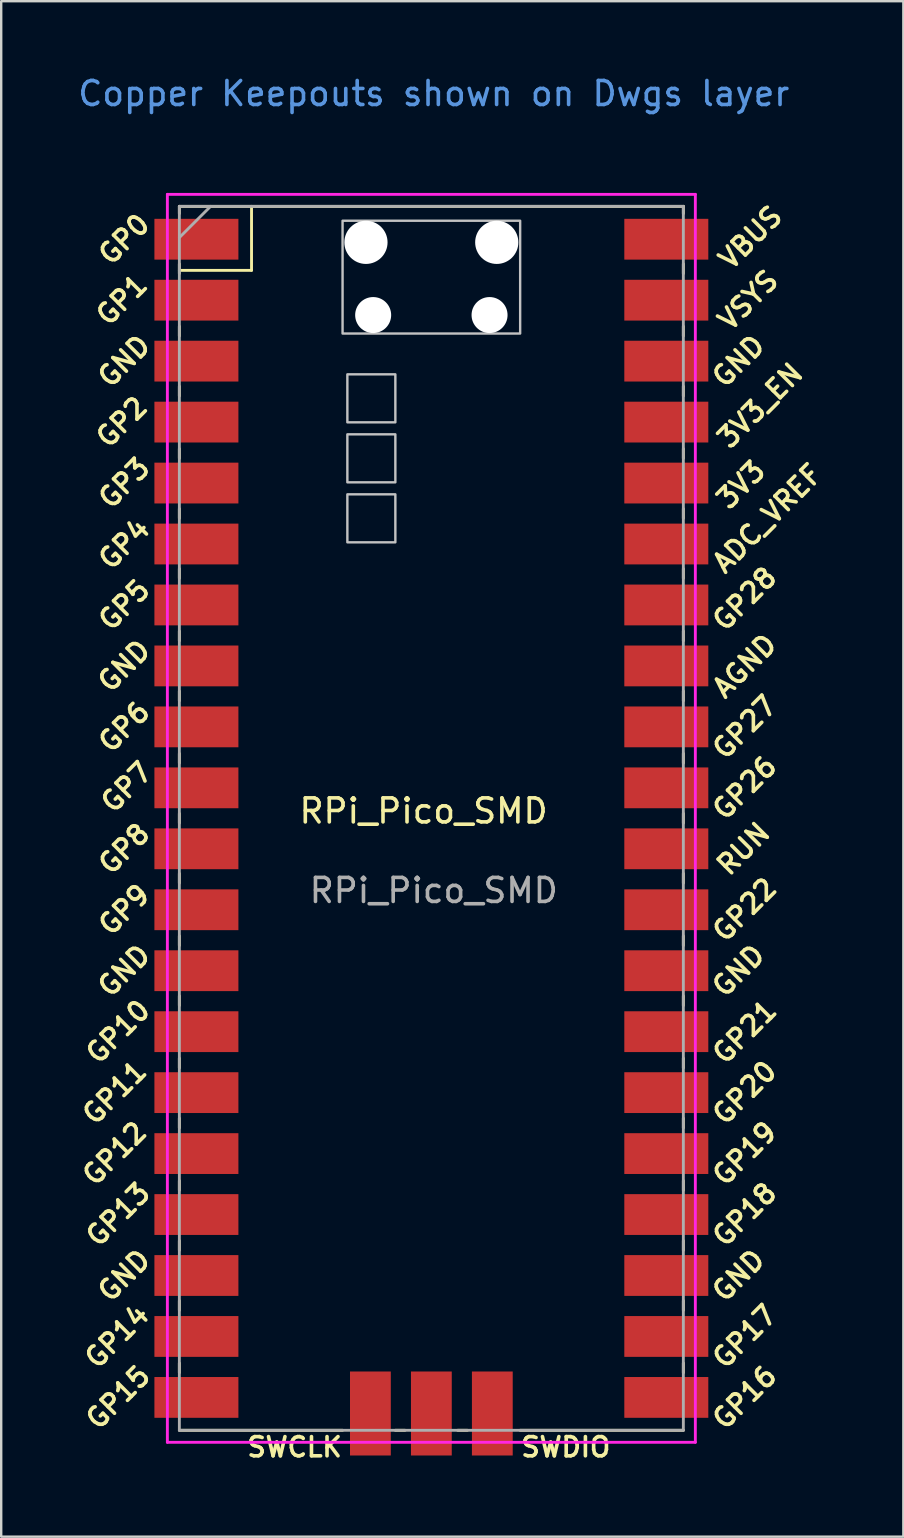
<source format=kicad_pcb>
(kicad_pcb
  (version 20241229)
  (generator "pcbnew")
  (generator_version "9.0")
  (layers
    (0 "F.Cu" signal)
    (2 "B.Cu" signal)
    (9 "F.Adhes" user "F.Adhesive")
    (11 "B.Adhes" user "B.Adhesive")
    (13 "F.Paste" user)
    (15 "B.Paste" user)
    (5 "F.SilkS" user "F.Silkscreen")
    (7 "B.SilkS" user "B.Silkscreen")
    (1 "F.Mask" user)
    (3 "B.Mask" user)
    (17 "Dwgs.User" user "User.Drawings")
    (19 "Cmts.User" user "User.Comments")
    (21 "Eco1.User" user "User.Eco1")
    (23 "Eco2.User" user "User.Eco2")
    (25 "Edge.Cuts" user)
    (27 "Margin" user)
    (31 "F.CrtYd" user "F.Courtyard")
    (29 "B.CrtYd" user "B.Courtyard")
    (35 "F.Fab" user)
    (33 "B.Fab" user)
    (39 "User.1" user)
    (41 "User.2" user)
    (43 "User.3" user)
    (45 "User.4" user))
  (footprint "RPi_Pico_SMD"
    (layer "F.Cu")
    (at 14.994 30.936)
    (property "Reference" "RPi_Pico_SMD" (at -0.394 -0.194 0) (unlocked yes) (layer "F.SilkS") (effects (font (size 1 1) (thickness 0.15))))
    (attr smd)
    (fp_line (start -10.57 -25.388) (end -10.57 -25.088) (stroke (width 0.12) (type solid)) (layer "F.SilkS"))
    (fp_line (start -10.57 -25.388) (end 10.43 -25.388) (stroke (width 0.12) (type solid)) (layer "F.SilkS"))
    (fp_line (start -10.57 -22.988) (end -10.57 -22.588) (stroke (width 0.12) (type solid)) (layer "F.SilkS"))
    (fp_line (start -10.57 -22.721) (end -7.563 -22.721) (stroke (width 0.12) (type solid)) (layer "F.SilkS"))
    (fp_line (start -10.57 -20.388) (end -10.57 -19.988) (stroke (width 0.12) (type solid)) (layer "F.SilkS"))
    (fp_line (start -10.57 -17.888) (end -10.57 -17.488) (stroke (width 0.12) (type solid)) (layer "F.SilkS"))
    (fp_line (start -10.57 -15.288) (end -10.57 -14.888) (stroke (width 0.12) (type solid)) (layer "F.SilkS"))
    (fp_line (start -10.57 -12.788) (end -10.57 -12.388) (stroke (width 0.12) (type solid)) (layer "F.SilkS"))
    (fp_line (start -10.57 -10.288) (end -10.57 -9.888) (stroke (width 0.12) (type solid)) (layer "F.SilkS"))
    (fp_line (start -10.57 -7.688) (end -10.57 -7.288) (stroke (width 0.12) (type solid)) (layer "F.SilkS"))
    (fp_line (start -10.57 -5.188) (end -10.57 -4.788) (stroke (width 0.12) (type solid)) (layer "F.SilkS"))
    (fp_line (start -10.57 -2.588) (end -10.57 -2.188) (stroke (width 0.12) (type solid)) (layer "F.SilkS"))
    (fp_line (start -10.57 -0.088) (end -10.57 0.312) (stroke (width 0.12) (type solid)) (layer "F.SilkS"))
    (fp_line (start -10.57 2.412) (end -10.57 2.812) (stroke (width 0.12) (type solid)) (layer "F.SilkS"))
    (fp_line (start -10.57 5.012) (end -10.57 5.412) (stroke (width 0.12) (type solid)) (layer "F.SilkS"))
    (fp_line (start -10.57 7.512) (end -10.57 7.912) (stroke (width 0.12) (type solid)) (layer "F.SilkS"))
    (fp_line (start -10.57 10.112) (end -10.57 10.512) (stroke (width 0.12) (type solid)) (layer "F.SilkS"))
    (fp_line (start -10.57 12.612) (end -10.57 13.012) (stroke (width 0.12) (type solid)) (layer "F.SilkS"))
    (fp_line (start -10.57 15.212) (end -10.57 15.612) (stroke (width 0.12) (type solid)) (layer "F.SilkS"))
    (fp_line (start -10.57 17.712) (end -10.57 18.112) (stroke (width 0.12) (type solid)) (layer "F.SilkS"))
    (fp_line (start -10.57 20.212) (end -10.57 20.612) (stroke (width 0.12) (type solid)) (layer "F.SilkS"))
    (fp_line (start -10.57 22.812) (end -10.57 23.212) (stroke (width 0.12) (type solid)) (layer "F.SilkS"))
    (fp_line (start -7.563 -22.721) (end -7.563 -25.388) (stroke (width 0.12) (type solid)) (layer "F.SilkS"))
    (fp_line (start -3.77 25.612) (end -10.57 25.612) (stroke (width 0.12) (type solid)) (layer "F.SilkS"))
    (fp_line (start -1.57 25.612) (end -1.17 25.612) (stroke (width 0.12) (type solid)) (layer "F.SilkS"))
    (fp_line (start 1.03 25.612) (end 1.43 25.612) (stroke (width 0.12) (type solid)) (layer "F.SilkS"))
    (fp_line (start 10.43 -25.388) (end 10.43 -25.088) (stroke (width 0.12) (type solid)) (layer "F.SilkS"))
    (fp_line (start 10.43 -22.988) (end 10.43 -22.588) (stroke (width 0.12) (type solid)) (layer "F.SilkS"))
    (fp_line (start 10.43 -20.388) (end 10.43 -19.988) (stroke (width 0.12) (type solid)) (layer "F.SilkS"))
    (fp_line (start 10.43 -17.888) (end 10.43 -17.488) (stroke (width 0.12) (type solid)) (layer "F.SilkS"))
    (fp_line (start 10.43 -15.288) (end 10.43 -14.888) (stroke (width 0.12) (type solid)) (layer "F.SilkS"))
    (fp_line (start 10.43 -12.788) (end 10.43 -12.388) (stroke (width 0.12) (type solid)) (layer "F.SilkS"))
    (fp_line (start 10.43 -10.288) (end 10.43 -9.888) (stroke (width 0.12) (type solid)) (layer "F.SilkS"))
    (fp_line (start 10.43 -7.688) (end 10.43 -7.288) (stroke (width 0.12) (type solid)) (layer "F.SilkS"))
    (fp_line (start 10.43 -5.188) (end 10.43 -4.788) (stroke (width 0.12) (type solid)) (layer "F.SilkS"))
    (fp_line (start 10.43 -2.588) (end 10.43 -2.188) (stroke (width 0.12) (type solid)) (layer "F.SilkS"))
    (fp_line (start 10.43 -0.088) (end 10.43 0.312) (stroke (width 0.12) (type solid)) (layer "F.SilkS"))
    (fp_line (start 10.43 2.412) (end 10.43 2.812) (stroke (width 0.12) (type solid)) (layer "F.SilkS"))
    (fp_line (start 10.43 5.012) (end 10.43 5.412) (stroke (width 0.12) (type solid)) (layer "F.SilkS"))
    (fp_line (start 10.43 7.512) (end 10.43 7.912) (stroke (width 0.12) (type solid)) (layer "F.SilkS"))
    (fp_line (start 10.43 10.112) (end 10.43 10.512) (stroke (width 0.12) (type solid)) (layer "F.SilkS"))
    (fp_line (start 10.43 12.612) (end 10.43 13.012) (stroke (width 0.12) (type solid)) (layer "F.SilkS"))
    (fp_line (start 10.43 15.212) (end 10.43 15.612) (stroke (width 0.12) (type solid)) (layer "F.SilkS"))
    (fp_line (start 10.43 17.712) (end 10.43 18.112) (stroke (width 0.12) (type solid)) (layer "F.SilkS"))
    (fp_line (start 10.43 20.212) (end 10.43 20.612) (stroke (width 0.12) (type solid)) (layer "F.SilkS"))
    (fp_line (start 10.43 22.812) (end 10.43 23.212) (stroke (width 0.12) (type solid)) (layer "F.SilkS"))
    (fp_line (start 10.43 25.612) (end 3.63 25.612) (stroke (width 0.12) (type solid)) (layer "F.SilkS"))
    (fp_poly (pts (xy -1.57 -16.388) (xy -3.57 -16.388) (xy -3.57 -18.388) (xy -1.57 -18.388)) (stroke (width 0.1) (type solid)) (fill no) (layer "Dwgs.User"))
    (fp_poly (pts (xy -1.57 -13.888) (xy -3.57 -13.888) (xy -3.57 -15.888) (xy -1.57 -15.888)) (stroke (width 0.1) (type solid)) (fill no) (layer "Dwgs.User"))
    (fp_poly (pts (xy -1.57 -11.388) (xy -3.57 -11.388) (xy -3.57 -13.388) (xy -1.57 -13.388)) (stroke (width 0.1) (type solid)) (fill no) (layer "Dwgs.User"))
    (fp_poly (pts (xy 3.63 -20.088) (xy -3.77 -20.088) (xy -3.77 -24.788) (xy 3.63 -24.788)) (stroke (width 0.1) (type solid)) (fill no) (layer "Dwgs.User"))
    (fp_line (start -11.07 -25.888) (end 10.93 -25.888) (stroke (width 0.12) (type solid)) (layer "F.CrtYd"))
    (fp_line (start -11.07 26.112) (end -11.07 -25.888) (stroke (width 0.12) (type solid)) (layer "F.CrtYd"))
    (fp_line (start 10.93 -25.888) (end 10.93 26.112) (stroke (width 0.12) (type solid)) (layer "F.CrtYd"))
    (fp_line (start 10.93 26.112) (end -11.07 26.112) (stroke (width 0.12) (type solid)) (layer "F.CrtYd"))
    (fp_line (start -10.57 -25.388) (end 10.43 -25.388) (stroke (width 0.12) (type solid)) (layer "F.Fab"))
    (fp_line (start -10.57 -24.088) (end -9.27 -25.388) (stroke (width 0.12) (type solid)) (layer "F.Fab"))
    (fp_line (start -10.57 25.612) (end -10.57 -25.388) (stroke (width 0.12) (type solid)) (layer "F.Fab"))
    (fp_line (start 10.43 -25.388) (end 10.43 25.612) (stroke (width 0.12) (type solid)) (layer "F.Fab"))
    (fp_line (start 10.43 25.612) (end -10.57 25.612) (stroke (width 0.12) (type solid)) (layer "F.Fab"))
    (fp_text user "GP20" (at 12.984 11.542 45) (layer "F.SilkS") (effects (font (size 0.8 0.8) (thickness 0.15))))
    (fp_text user "GND" (at 12.73 -18.938 45) (layer "F.SilkS") (effects (font (size 0.8 0.8) (thickness 0.15))))
    (fp_text user "ADC_VREF" (at 13.93 -12.388 45) (layer "F.SilkS") (effects (font (size 0.8 0.8) (thickness 0.15))))
    (fp_text user "GP8" (at -12.87 1.382 45) (layer "F.SilkS") (effects (font (size 0.8 0.8) (thickness 0.15))))
    (fp_text user "GP3" (at -12.87 -13.858 45) (layer "F.SilkS") (effects (font (size 0.8 0.8) (thickness 0.15))))
    (fp_text user "GP27" (at 12.984 -3.688 45) (layer "F.SilkS") (effects (font (size 0.8 0.8) (thickness 0.15))))
    (fp_text user "GP0" (at -12.87 -24.018 45) (layer "F.SilkS") (effects (font (size 0.8 0.8) (thickness 0.15))))
    (fp_text user "GP6" (at -12.87 -3.698 45) (layer "F.SilkS") (effects (font (size 0.8 0.8) (thickness 0.15))))
    (fp_text user "GND" (at -12.87 -18.938 45) (layer "F.SilkS") (effects (font (size 0.8 0.8) (thickness 0.15))))
    (fp_text user "AGND" (at 12.984 -6.238 45) (layer "F.SilkS") (effects (font (size 0.8 0.8) (thickness 0.15))))
    (fp_text user "3V3_EN" (at 13.63 -17.088 45) (layer "F.SilkS") (effects (font (size 0.8 0.8) (thickness 0.15))))
    (fp_text user "RUN" (at 12.93 1.382 45) (layer "F.SilkS") (effects (font (size 0.8 0.8) (thickness 0.15))))
    (fp_text user "GND" (at -12.87 6.462 45) (layer "F.SilkS") (effects (font (size 0.8 0.8) (thickness 0.15))))
    (fp_text user "VSYS" (at 13.13 -21.478 45) (layer "F.SilkS") (effects (font (size 0.8 0.8) (thickness 0.15))))
    (fp_text user "GP1" (at -12.97 -21.488 45) (layer "F.SilkS") (effects (font (size 0.8 0.8) (thickness 0.15))))
    (fp_text user "GP14" (at -13.17 21.702 45) (layer "F.SilkS") (effects (font (size 0.8 0.8) (thickness 0.15))))
    (fp_text user "GP15" (at -13.124 24.242 45) (layer "F.SilkS") (effects (font (size 0.8 0.8) (thickness 0.15))))
    (fp_text user "VBUS" (at 13.23 -24.088 45) (layer "F.SilkS") (effects (font (size 0.8 0.8) (thickness 0.15))))
    (fp_text user "GP22" (at 12.984 3.922 45) (layer "F.SilkS") (effects (font (size 0.8 0.8) (thickness 0.15))))
    (fp_text user "GP17" (at 12.984 21.702 45) (layer "F.SilkS") (effects (font (size 0.8 0.8) (thickness 0.15))))
    (fp_text user "GND" (at -12.87 -6.238 45) (layer "F.SilkS") (effects (font (size 0.8 0.8) (thickness 0.15))))
    (fp_text user "SWDIO" (at 5.53 26.312 0) (layer "F.SilkS") (effects (font (size 0.8 0.8) (thickness 0.15))))
    (fp_text user "GP9" (at -12.87 3.922 45) (layer "F.SilkS") (effects (font (size 0.8 0.8) (thickness 0.15))))
    (fp_text user "GP4" (at -12.87 -11.318 45) (layer "F.SilkS") (effects (font (size 0.8 0.8) (thickness 0.15))))
    (fp_text user "GP13" (at -13.124 16.622 45) (layer "F.SilkS") (effects (font (size 0.8 0.8) (thickness 0.15))))
    (fp_text user "SWCLK" (at -5.77 26.312 0) (layer "F.SilkS") (effects (font (size 0.8 0.8) (thickness 0.15))))
    (fp_text user "GND" (at 12.73 6.462 45) (layer "F.SilkS") (effects (font (size 0.8 0.8) (thickness 0.15))))
    (fp_text user "GP5" (at -12.87 -8.778 45) (layer "F.SilkS") (effects (font (size 0.8 0.8) (thickness 0.15))))
    (fp_text user "GP10" (at -13.124 9.002 45) (layer "F.SilkS") (effects (font (size 0.8 0.8) (thickness 0.15))))
    (fp_text user "GP16" (at 12.984 24.242 45) (layer "F.SilkS") (effects (font (size 0.8 0.8) (thickness 0.15))))
    (fp_text user "GP21" (at 12.984 9.012 45) (layer "F.SilkS") (effects (font (size 0.8 0.8) (thickness 0.15))))
    (fp_text user "GP7" (at -12.77 -1.188 45) (layer "F.SilkS") (effects (font (size 0.8 0.8) (thickness 0.15))))
    (fp_text user "GP18" (at 12.984 16.622 45) (layer "F.SilkS") (effects (font (size 0.8 0.8) (thickness 0.15))))
    (fp_text user "GP12" (at -13.27 14.082 45) (layer "F.SilkS") (effects (font (size 0.8 0.8) (thickness 0.15))))
    (fp_text user "GND" (at -12.87 19.162 45) (layer "F.SilkS") (effects (font (size 0.8 0.8) (thickness 0.15))))
    (fp_text user "GP19" (at 12.984 14.082 45) (layer "F.SilkS") (effects (font (size 0.8 0.8) (thickness 0.15))))
    (fp_text user "GND" (at 12.73 19.162 45) (layer "F.SilkS") (effects (font (size 0.8 0.8) (thickness 0.15))))
    (fp_text user "GP11" (at -13.27 11.542 45) (layer "F.SilkS") (effects (font (size 0.8 0.8) (thickness 0.15))))
    (fp_text user "GP26" (at 12.984 -1.158 45) (layer "F.SilkS") (effects (font (size 0.8 0.8) (thickness 0.15))))
    (fp_text user "3V3" (at 12.83 -13.788 45) (layer "F.SilkS") (effects (font (size 0.8 0.8) (thickness 0.15))))
    (fp_text user "GP2" (at -12.97 -16.398 45) (layer "F.SilkS") (effects (font (size 0.8 0.8) (thickness 0.15))))
    (fp_text user "GP28" (at 12.984 -9.032 45) (layer "F.SilkS") (effects (font (size 0.8 0.8) (thickness 0.15))))
    (fp_text user "Copper Keepouts shown on Dwgs layer" (at 0.03 -30.088 0) (layer "Cmts.User") (effects (font (size 1 1) (thickness 0.15))))
    (fp_text user "${REFERENCE}" (at 0.03 3.12 0) (unlocked yes) (layer "F.Fab") (effects (font (size 1 1) (thickness 0.15))))
    (pad "" np_thru_hole oval (at -2.795 -23.888) (size 1.8 1.8) (drill 1.8) (layers "*.Cu" "*.Mask"))
    (pad "" np_thru_hole oval (at -2.495 -20.858) (size 1.5 1.5) (drill 1.5) (layers "*.Cu" "*.Mask"))
    (pad "" np_thru_hole oval (at 2.355 -20.858) (size 1.5 1.5) (drill 1.5) (layers "*.Cu" "*.Mask"))
    (pad "" np_thru_hole oval (at 2.655 -23.888) (size 1.8 1.8) (drill 1.8) (layers "*.Cu" "*.Mask"))
    (pad "1" smd rect (at -8.96 -24.018) (size 3.5 1.7) (drill (offset -0.9 0)) (layers "F.Cu" "F.Mask"))
    (pad "2" smd rect (at -8.96 -21.478) (size 3.5 1.7) (drill (offset -0.9 0)) (layers "F.Cu" "F.Mask"))
    (pad "3" smd rect (at -8.96 -18.938) (size 3.5 1.7) (drill (offset -0.9 0)) (layers "F.Cu" "F.Mask"))
    (pad "4" smd rect (at -8.96 -16.398) (size 3.5 1.7) (drill (offset -0.9 0)) (layers "F.Cu" "F.Mask"))
    (pad "5" smd rect (at -8.96 -13.858) (size 3.5 1.7) (drill (offset -0.9 0)) (layers "F.Cu" "F.Mask"))
    (pad "6" smd rect (at -8.96 -11.318) (size 3.5 1.7) (drill (offset -0.9 0)) (layers "F.Cu" "F.Mask"))
    (pad "7" smd rect (at -8.96 -8.778) (size 3.5 1.7) (drill (offset -0.9 0)) (layers "F.Cu" "F.Mask"))
    (pad "8" smd rect (at -8.96 -6.238) (size 3.5 1.7) (drill (offset -0.9 0)) (layers "F.Cu" "F.Mask"))
    (pad "9" smd rect (at -8.96 -3.698) (size 3.5 1.7) (drill (offset -0.9 0)) (layers "F.Cu" "F.Mask"))
    (pad "10" smd rect (at -8.96 -1.158) (size 3.5 1.7) (drill (offset -0.9 0)) (layers "F.Cu" "F.Mask"))
    (pad "11" smd rect (at -8.96 1.382) (size 3.5 1.7) (drill (offset -0.9 0)) (layers "F.Cu" "F.Mask"))
    (pad "12" smd rect (at -8.96 3.922) (size 3.5 1.7) (drill (offset -0.9 0)) (layers "F.Cu" "F.Mask"))
    (pad "13" smd rect (at -8.96 6.462) (size 3.5 1.7) (drill (offset -0.9 0)) (layers "F.Cu" "F.Mask"))
    (pad "14" smd rect (at -8.96 9.002) (size 3.5 1.7) (drill (offset -0.9 0)) (layers "F.Cu" "F.Mask"))
    (pad "15" smd rect (at -8.96 11.542) (size 3.5 1.7) (drill (offset -0.9 0)) (layers "F.Cu" "F.Mask"))
    (pad "16" smd rect (at -8.96 14.082) (size 3.5 1.7) (drill (offset -0.9 0)) (layers "F.Cu" "F.Mask"))
    (pad "17" smd rect (at -8.96 16.622) (size 3.5 1.7) (drill (offset -0.9 0)) (layers "F.Cu" "F.Mask"))
    (pad "18" smd rect (at -8.96 19.162) (size 3.5 1.7) (drill (offset -0.9 0)) (layers "F.Cu" "F.Mask"))
    (pad "19" smd rect (at -8.96 21.702) (size 3.5 1.7) (drill (offset -0.9 0)) (layers "F.Cu" "F.Mask"))
    (pad "20" smd rect (at -8.96 24.242) (size 3.5 1.7) (drill (offset -0.9 0)) (layers "F.Cu" "F.Mask"))
    (pad "21" smd rect (at 8.82 24.242) (size 3.5 1.7) (drill (offset 0.9 0)) (layers "F.Cu" "F.Mask"))
    (pad "22" smd rect (at 8.82 21.702) (size 3.5 1.7) (drill (offset 0.9 0)) (layers "F.Cu" "F.Mask"))
    (pad "23" smd rect (at 8.82 19.162) (size 3.5 1.7) (drill (offset 0.9 0)) (layers "F.Cu" "F.Mask"))
    (pad "24" smd rect (at 8.82 16.622) (size 3.5 1.7) (drill (offset 0.9 0)) (layers "F.Cu" "F.Mask"))
    (pad "25" smd rect (at 8.82 14.082) (size 3.5 1.7) (drill (offset 0.9 0)) (layers "F.Cu" "F.Mask"))
    (pad "26" smd rect (at 8.82 11.542) (size 3.5 1.7) (drill (offset 0.9 0)) (layers "F.Cu" "F.Mask"))
    (pad "27" smd rect (at 8.82 9.002) (size 3.5 1.7) (drill (offset 0.9 0)) (layers "F.Cu" "F.Mask"))
    (pad "28" smd rect (at 8.82 6.462) (size 3.5 1.7) (drill (offset 0.9 0)) (layers "F.Cu" "F.Mask"))
    (pad "29" smd rect (at 8.82 3.922) (size 3.5 1.7) (drill (offset 0.9 0)) (layers "F.Cu" "F.Mask"))
    (pad "30" smd rect (at 8.82 1.382) (size 3.5 1.7) (drill (offset 0.9 0)) (layers "F.Cu" "F.Mask"))
    (pad "31" smd rect (at 8.82 -1.158) (size 3.5 1.7) (drill (offset 0.9 0)) (layers "F.Cu" "F.Mask"))
    (pad "32" smd rect (at 8.82 -3.698) (size 3.5 1.7) (drill (offset 0.9 0)) (layers "F.Cu" "F.Mask"))
    (pad "33" smd rect (at 8.82 -6.238) (size 3.5 1.7) (drill (offset 0.9 0)) (layers "F.Cu" "F.Mask"))
    (pad "34" smd rect (at 8.82 -8.778) (size 3.5 1.7) (drill (offset 0.9 0)) (layers "F.Cu" "F.Mask"))
    (pad "35" smd rect (at 8.82 -11.318) (size 3.5 1.7) (drill (offset 0.9 0)) (layers "F.Cu" "F.Mask"))
    (pad "36" smd rect (at 8.82 -13.858) (size 3.5 1.7) (drill (offset 0.9 0)) (layers "F.Cu" "F.Mask"))
    (pad "37" smd rect (at 8.82 -16.398) (size 3.5 1.7) (drill (offset 0.9 0)) (layers "F.Cu" "F.Mask"))
    (pad "38" smd rect (at 8.82 -18.938) (size 3.5 1.7) (drill (offset 0.9 0)) (layers "F.Cu" "F.Mask"))
    (pad "39" smd rect (at 8.82 -21.478) (size 3.5 1.7) (drill (offset 0.9 0)) (layers "F.Cu" "F.Mask"))
    (pad "40" smd rect (at 8.82 -24.018) (size 3.5 1.7) (drill (offset 0.9 0)) (layers "F.Cu" "F.Mask"))
    (pad "41" smd rect (at -2.61 24.012 90) (size 3.5 1.7) (drill (offset -0.9 0)) (layers "F.Cu" "F.Mask"))
    (pad "42" smd rect (at -0.07 24.012 90) (size 3.5 1.7) (drill (offset -0.9 0)) (layers "F.Cu" "F.Mask"))
    (pad "43" smd rect (at 2.47 24.012 90) (size 3.5 1.7) (drill (offset -0.9 0)) (layers "F.Cu" "F.Mask")))
  (gr_rect
    (start -3 -3)
    (end 34.591 60.98)
    (stroke (width 0.1) (type default))
    (fill no)
    (layer "Edge.Cuts")))
</source>
